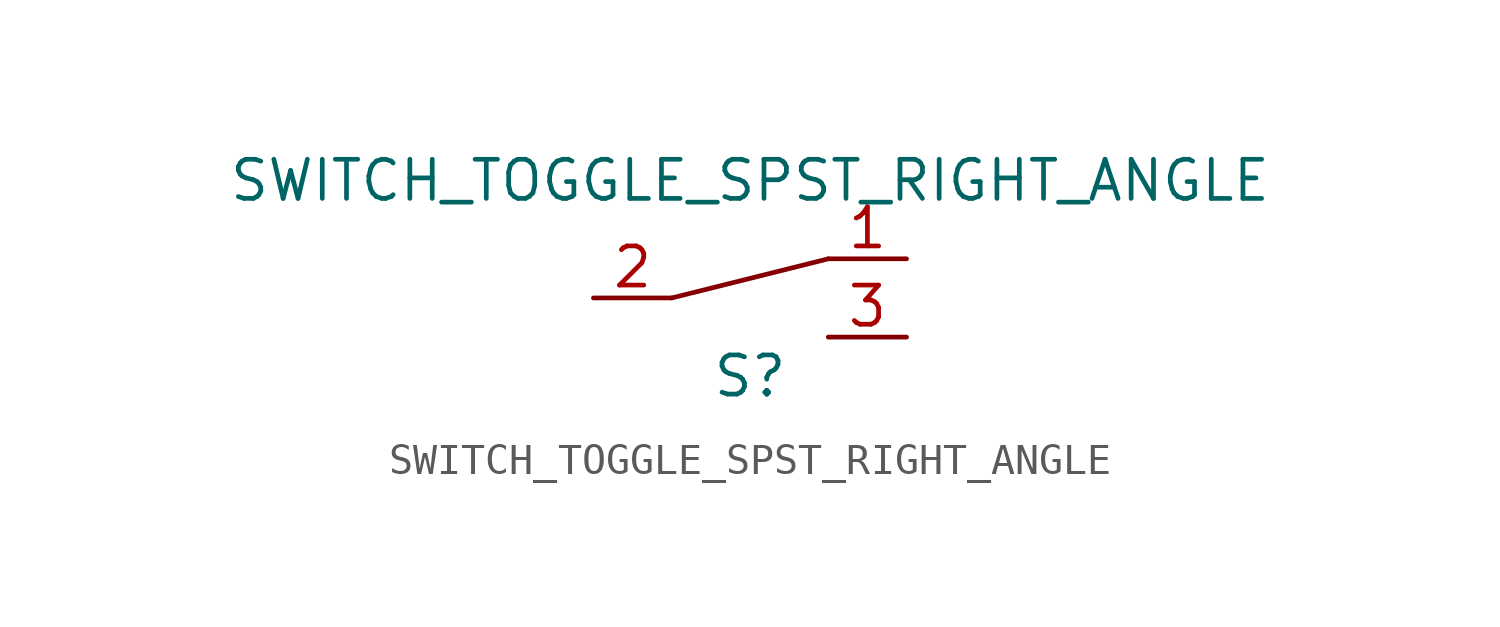
<source format=kicad_sym>
(kicad_symbol_lib
  (version 20201005)
  (generator kicad_symbol_editor)
  (symbol "SparkFun-Switches:SWITCH_TOGGLE_SPST_RIGHT_ANGLE"
    (pin_names
      (offset 1.016))
    (property "Reference" "S"
      (at 0 -2.54 0)
      (effects (font (size 1.27 1.27))))
    (property "Value" "SWITCH_TOGGLE_SPST_RIGHT_ANGLE"
      (at 0 3.81 0)
      (effects (font (size 1.27 1.27))))
    (symbol "SWITCH_TOGGLE_SPST_RIGHT_ANGLE_0_1"
      (polyline (pts (xy -2.54 0) (xy 2.54 1.27)) (stroke (width 0)) (fill (type none))))
    (symbol "SWITCH_TOGGLE_SPST_RIGHT_ANGLE_1_1"
      (pin output line (at 5.08 1.27 180) (length 2.54) (name "~" (effects (font (size 1.27 1.27)))) (number "1" (effects (font (size 1.27 1.27)))))
      (pin input line (at -5.08 0 0) (length 2.54) (name "~" (effects (font (size 1.27 1.27)))) (number "2" (effects (font (size 1.27 1.27)))))
      (pin output line (at 5.08 -1.27 180) (length 2.54) (name "~" (effects (font (size 1.27 1.27)))) (number "3" (effects (font (size 1.27 1.27))))))))
</source>
